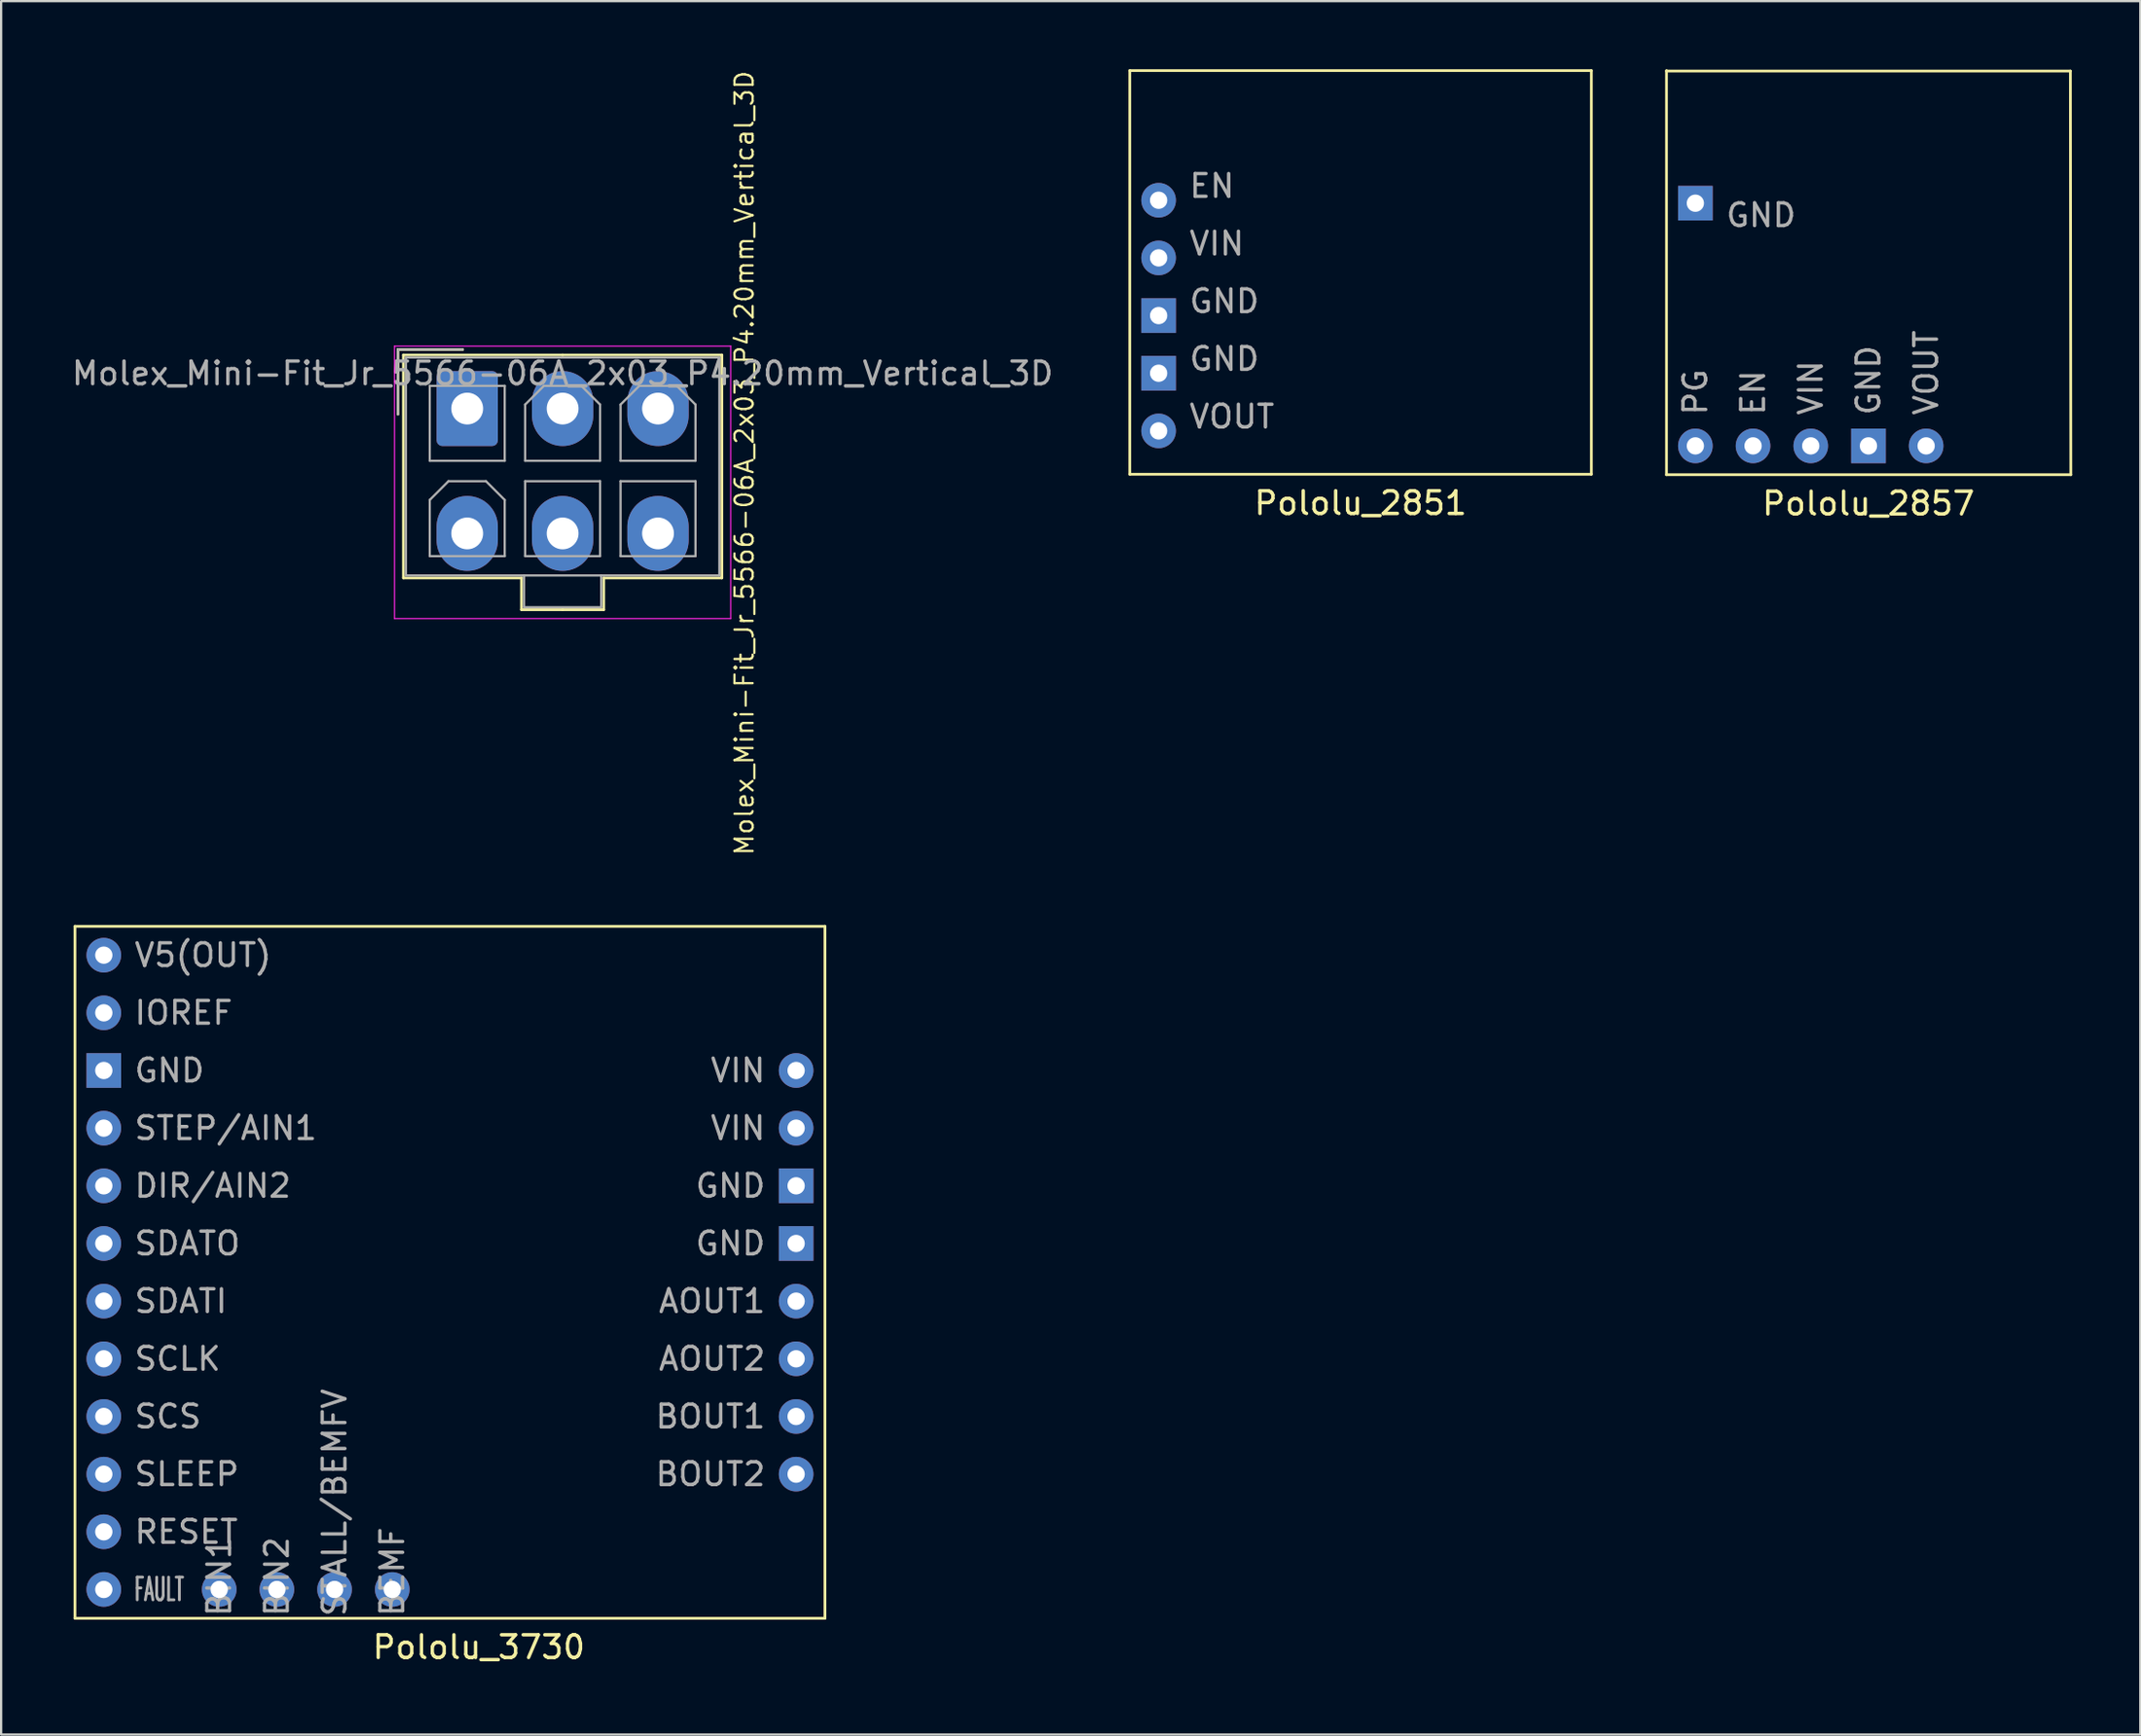
<source format=kicad_pcb>
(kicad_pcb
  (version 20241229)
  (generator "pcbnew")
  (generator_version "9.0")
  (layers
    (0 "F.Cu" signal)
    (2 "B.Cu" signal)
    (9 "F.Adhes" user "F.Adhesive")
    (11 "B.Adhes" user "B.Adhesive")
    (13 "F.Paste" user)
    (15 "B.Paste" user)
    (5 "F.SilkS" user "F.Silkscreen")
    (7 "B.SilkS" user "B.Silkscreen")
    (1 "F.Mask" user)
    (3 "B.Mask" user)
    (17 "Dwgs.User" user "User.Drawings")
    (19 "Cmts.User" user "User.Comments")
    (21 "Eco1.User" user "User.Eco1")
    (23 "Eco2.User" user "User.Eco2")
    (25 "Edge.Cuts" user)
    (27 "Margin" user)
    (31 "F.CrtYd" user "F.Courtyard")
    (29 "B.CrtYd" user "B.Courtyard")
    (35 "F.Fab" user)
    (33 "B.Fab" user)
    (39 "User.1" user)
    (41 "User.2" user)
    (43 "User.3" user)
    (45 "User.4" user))
  (footprint "Pololu_2851"
    (layer "F.Cu")
    (at 46.69 17.84)
    (property "Reference" "Pololu_2851" (at 10.16 1.27 0) (layer "F.SilkS") (effects (font (size 1 1) (thickness 0.15))))
    (attr through_hole)
    (fp_line (start 0 -17.78) (end 0 0) (stroke (width 0.12) (type solid)) (layer "F.SilkS"))
    (fp_line (start 0 0) (end 20.32 0) (stroke (width 0.12) (type solid)) (layer "F.SilkS"))
    (fp_line (start 20.32 -17.78) (end 0 -17.78) (stroke (width 0.12) (type solid)) (layer "F.SilkS"))
    (fp_line (start 20.32 0) (end 20.32 -17.78) (stroke (width 0.12) (type solid)) (layer "F.SilkS"))
    (fp_text user "VIN" (at 2.54 -10.16 0) (layer "F.Fab") (effects (font (size 1 1) (thickness 0.15)) (justify left)))
    (fp_text user "GND" (at 2.54 -5.08 0) (layer "F.Fab") (effects (font (size 1 1) (thickness 0.15)) (justify left)))
    (fp_text user "GND" (at 2.54 -7.62 0) (layer "F.Fab") (effects (font (size 1 1) (thickness 0.15)) (justify left)))
    (fp_text user "EN" (at 2.54 -12.7 0) (layer "F.Fab") (effects (font (size 1 1) (thickness 0.15)) (justify left)))
    (fp_text user "VOUT" (at 2.54 -2.54 0) (layer "F.Fab") (effects (font (size 1 1) (thickness 0.15)) (justify left)))
    (pad "1" thru_hole circle (at 1.27 -12.07) (size 1.524 1.524) (drill 0.762) (layers "*.Cu" "*.Mask"))
    (pad "2" thru_hole circle (at 1.27 -9.53) (size 1.524 1.524) (drill 0.762) (layers "*.Cu" "*.Mask"))
    (pad "3" thru_hole rect (at 1.27 -6.99) (size 1.524 1.524) (drill 0.762) (layers "*.Cu" "*.Mask"))
    (pad "4" thru_hole rect (at 1.27 -4.45) (size 1.524 1.524) (drill 0.762) (layers "*.Cu" "*.Mask"))
    (pad "5" thru_hole circle (at 1.27 -1.91) (size 1.524 1.524) (drill 0.762) (layers "*.Cu" "*.Mask")))
  (footprint "Molex_Mini-Fit_Jr_5566-06A_2x03_P4.20mm_Vertical_3D"
    (layer "F.Cu")
    (at 17.52 14.946)
    (property "Reference" "Molex_Mini-Fit_Jr_5566-06A_2x03_P4.20mm_Vertical_3D" (at 12.2 2.4 270) (layer "F.SilkS") (effects (font (size 0.8 0.8) (thickness 0.1))))
    (attr through_hole)
    (fp_line (start -3.05 -2.6) (end -3.05 0.25) (stroke (width 0.12) (type solid)) (layer "F.SilkS"))
    (fp_line (start -2.81 -2.36) (end -2.81 7.46) (stroke (width 0.12) (type solid)) (layer "F.SilkS"))
    (fp_line (start -2.81 7.46) (end 2.39 7.46) (stroke (width 0.12) (type solid)) (layer "F.SilkS"))
    (fp_line (start -0.2 -2.6) (end -3.05 -2.6) (stroke (width 0.12) (type solid)) (layer "F.SilkS"))
    (fp_line (start 2.39 7.46) (end 2.39 8.86) (stroke (width 0.12) (type solid)) (layer "F.SilkS"))
    (fp_line (start 2.39 8.86) (end 4.2 8.86) (stroke (width 0.12) (type solid)) (layer "F.SilkS"))
    (fp_line (start 4.2 -2.36) (end -2.81 -2.36) (stroke (width 0.12) (type solid)) (layer "F.SilkS"))
    (fp_line (start 4.2 -2.36) (end 11.21 -2.36) (stroke (width 0.12) (type solid)) (layer "F.SilkS"))
    (fp_line (start 6.01 7.46) (end 6.01 8.86) (stroke (width 0.12) (type solid)) (layer "F.SilkS"))
    (fp_line (start 6.01 8.86) (end 4.2 8.86) (stroke (width 0.12) (type solid)) (layer "F.SilkS"))
    (fp_line (start 11.21 -2.36) (end 11.21 7.46) (stroke (width 0.12) (type solid)) (layer "F.SilkS"))
    (fp_line (start 11.21 7.46) (end 6.01 7.46) (stroke (width 0.12) (type solid)) (layer "F.SilkS"))
    (fp_line (start -3.2 -2.75) (end -3.2 9.25) (stroke (width 0.05) (type solid)) (layer "F.CrtYd"))
    (fp_line (start -3.2 9.25) (end 11.6 9.25) (stroke (width 0.05) (type solid)) (layer "F.CrtYd"))
    (fp_line (start 11.6 -2.75) (end -3.2 -2.75) (stroke (width 0.05) (type solid)) (layer "F.CrtYd"))
    (fp_line (start 11.6 9.25) (end 11.6 -2.75) (stroke (width 0.05) (type solid)) (layer "F.CrtYd"))
    (fp_line (start -3.05 -2.6) (end -3.05 0.25) (stroke (width 0.1) (type solid)) (layer "F.Fab"))
    (fp_line (start -2.7 -2.25) (end -2.7 7.35) (stroke (width 0.1) (type solid)) (layer "F.Fab"))
    (fp_line (start -2.7 7.35) (end 11.1 7.35) (stroke (width 0.1) (type solid)) (layer "F.Fab"))
    (fp_line (start -1.65 -1) (end -1.65 2.3) (stroke (width 0.1) (type solid)) (layer "F.Fab"))
    (fp_line (start -1.65 2.3) (end 1.65 2.3) (stroke (width 0.1) (type solid)) (layer "F.Fab"))
    (fp_line (start -1.65 4.025) (end -0.825 3.2) (stroke (width 0.1) (type solid)) (layer "F.Fab"))
    (fp_line (start -1.65 6.5) (end -1.65 4.025) (stroke (width 0.1) (type solid)) (layer "F.Fab"))
    (fp_line (start -0.825 3.2) (end 0.825 3.2) (stroke (width 0.1) (type solid)) (layer "F.Fab"))
    (fp_line (start -0.2 -2.6) (end -3.05 -2.6) (stroke (width 0.1) (type solid)) (layer "F.Fab"))
    (fp_line (start 0.825 3.2) (end 1.65 4.025) (stroke (width 0.1) (type solid)) (layer "F.Fab"))
    (fp_line (start 1.65 -1) (end -1.65 -1) (stroke (width 0.1) (type solid)) (layer "F.Fab"))
    (fp_line (start 1.65 2.3) (end 1.65 -1) (stroke (width 0.1) (type solid)) (layer "F.Fab"))
    (fp_line (start 1.65 4.025) (end 1.65 6.5) (stroke (width 0.1) (type solid)) (layer "F.Fab"))
    (fp_line (start 1.65 6.5) (end -1.65 6.5) (stroke (width 0.1) (type solid)) (layer "F.Fab"))
    (fp_line (start 2.5 7.35) (end 2.5 8.75) (stroke (width 0.1) (type solid)) (layer "F.Fab"))
    (fp_line (start 2.5 8.75) (end 5.9 8.75) (stroke (width 0.1) (type solid)) (layer "F.Fab"))
    (fp_line (start 2.55 -0.175) (end 3.375 -1) (stroke (width 0.1) (type solid)) (layer "F.Fab"))
    (fp_line (start 2.55 2.3) (end 2.55 -0.175) (stroke (width 0.1) (type solid)) (layer "F.Fab"))
    (fp_line (start 2.55 3.2) (end 2.55 6.5) (stroke (width 0.1) (type solid)) (layer "F.Fab"))
    (fp_line (start 2.55 6.5) (end 5.85 6.5) (stroke (width 0.1) (type solid)) (layer "F.Fab"))
    (fp_line (start 3.375 -1) (end 5.025 -1) (stroke (width 0.1) (type solid)) (layer "F.Fab"))
    (fp_line (start 5.025 -1) (end 5.85 -0.175) (stroke (width 0.1) (type solid)) (layer "F.Fab"))
    (fp_line (start 5.85 -0.175) (end 5.85 2.3) (stroke (width 0.1) (type solid)) (layer "F.Fab"))
    (fp_line (start 5.85 2.3) (end 2.55 2.3) (stroke (width 0.1) (type solid)) (layer "F.Fab"))
    (fp_line (start 5.85 3.2) (end 2.55 3.2) (stroke (width 0.1) (type solid)) (layer "F.Fab"))
    (fp_line (start 5.85 6.5) (end 5.85 3.2) (stroke (width 0.1) (type solid)) (layer "F.Fab"))
    (fp_line (start 5.9 8.75) (end 5.9 7.35) (stroke (width 0.1) (type solid)) (layer "F.Fab"))
    (fp_line (start 6.75 -0.175) (end 7.575 -1) (stroke (width 0.1) (type solid)) (layer "F.Fab"))
    (fp_line (start 6.75 2.3) (end 6.75 -0.175) (stroke (width 0.1) (type solid)) (layer "F.Fab"))
    (fp_line (start 6.75 3.2) (end 6.75 6.5) (stroke (width 0.1) (type solid)) (layer "F.Fab"))
    (fp_line (start 6.75 6.5) (end 10.05 6.5) (stroke (width 0.1) (type solid)) (layer "F.Fab"))
    (fp_line (start 7.575 -1) (end 9.225 -1) (stroke (width 0.1) (type solid)) (layer "F.Fab"))
    (fp_line (start 9.225 -1) (end 10.05 -0.175) (stroke (width 0.1) (type solid)) (layer "F.Fab"))
    (fp_line (start 10.05 -0.175) (end 10.05 2.3) (stroke (width 0.1) (type solid)) (layer "F.Fab"))
    (fp_line (start 10.05 2.3) (end 6.75 2.3) (stroke (width 0.1) (type solid)) (layer "F.Fab"))
    (fp_line (start 10.05 3.2) (end 6.75 3.2) (stroke (width 0.1) (type solid)) (layer "F.Fab"))
    (fp_line (start 10.05 6.5) (end 10.05 3.2) (stroke (width 0.1) (type solid)) (layer "F.Fab"))
    (fp_line (start 11.1 -2.25) (end -2.7 -2.25) (stroke (width 0.1) (type solid)) (layer "F.Fab"))
    (fp_line (start 11.1 7.35) (end 11.1 -2.25) (stroke (width 0.1) (type solid)) (layer "F.Fab"))
    (fp_text user "${REFERENCE}" (at 4.2 -1.55 180) (layer "F.Fab") (effects (font (size 1 1) (thickness 0.15))))
    (pad "1" thru_hole roundrect (at 0 0) (size 2.7 3.3) (drill 1.4) (layers "*.Cu" "*.Mask") (roundrect_rratio 0.093))
    (pad "2" thru_hole oval (at 4.2 0) (size 2.7 3.3) (drill 1.4) (layers "*.Cu" "*.Mask"))
    (pad "3" thru_hole oval (at 8.4 0) (size 2.7 3.3) (drill 1.4) (layers "*.Cu" "*.Mask"))
    (pad "4" thru_hole oval (at 0 5.5) (size 2.7 3.3) (drill 1.4) (layers "*.Cu" "*.Mask"))
    (pad "5" thru_hole oval (at 4.2 5.5) (size 2.7 3.3) (drill 1.4) (layers "*.Cu" "*.Mask"))
    (pad "6" thru_hole oval (at 8.4 5.5) (size 2.7 3.3) (drill 1.4) (layers "*.Cu" "*.Mask")))
  (footprint "Pololu_2857"
    (layer "F.Cu")
    (at 70.32 17.86)
    (property "Reference" "Pololu_2857" (at 8.89 1.27 0) (layer "F.SilkS") (effects (font (size 1 1) (thickness 0.15))))
    (attr through_hole)
    (fp_line (start 0 -17.78) (end 17.78 -17.78) (stroke (width 0.12) (type solid)) (layer "F.SilkS"))
    (fp_line (start 0 0) (end 0 -17.8) (stroke (width 0.12) (type solid)) (layer "F.SilkS"))
    (fp_line (start 0 0) (end 17.8 0) (stroke (width 0.12) (type solid)) (layer "F.SilkS"))
    (fp_line (start 17.78 -17.78) (end 17.8 0) (stroke (width 0.12) (type solid)) (layer "F.SilkS"))
    (fp_text user "GND" (at 8.89 -2.54 90) (layer "F.Fab") (effects (font (size 1 1) (thickness 0.15)) (justify left)))
    (fp_text user "EN" (at 3.81 -2.54 90) (layer "F.Fab") (effects (font (size 1 1) (thickness 0.15)) (justify left)))
    (fp_text user "VIN" (at 6.35 -2.54 90) (layer "F.Fab") (effects (font (size 1 1) (thickness 0.15)) (justify left)))
    (fp_text user "GND" (at 2.54 -11.43 0) (layer "F.Fab") (effects (font (size 1 1) (thickness 0.15)) (justify left)))
    (fp_text user "PG" (at 1.27 -2.54 90) (layer "F.Fab") (effects (font (size 1 1) (thickness 0.15)) (justify left)))
    (fp_text user "VOUT" (at 11.43 -2.54 90) (layer "F.Fab") (effects (font (size 1 1) (thickness 0.15)) (justify left)))
    (pad "1" thru_hole circle (at 1.27 -1.27) (size 1.524 1.524) (drill 0.762) (layers "*.Cu" "*.Mask"))
    (pad "2" thru_hole circle (at 3.81 -1.27) (size 1.524 1.524) (drill 0.762) (layers "*.Cu" "*.Mask"))
    (pad "3" thru_hole circle (at 6.35 -1.27) (size 1.524 1.524) (drill 0.762) (layers "*.Cu" "*.Mask"))
    (pad "4" thru_hole rect (at 8.89 -1.27) (size 1.524 1.524) (drill 0.762) (layers "*.Cu" "*.Mask"))
    (pad "5" thru_hole circle (at 11.43 -1.27) (size 1.524 1.524) (drill 0.762) (layers "*.Cu" "*.Mask"))
    (pad "6" thru_hole rect (at 1.27 -11.96) (size 1.524 1.524) (drill 0.762) (layers "*.Cu" "*.Mask")))
  (footprint "Pololu_3730"
    (layer "F.Cu")
    (at 0.25 68.232)
    (property "Reference" "Pololu_3730" (at 17.78 1.27 0) (layer "F.SilkS") (effects (font (size 1 1) (thickness 0.15))))
    (attr through_hole)
    (fp_line (start 0 -30.48) (end 33.02 -30.48) (stroke (width 0.12) (type solid)) (layer "F.SilkS"))
    (fp_line (start 0 0) (end 0 -30.48) (stroke (width 0.12) (type solid)) (layer "F.SilkS"))
    (fp_line (start 33.02 -30.48) (end 33.02 0) (stroke (width 0.12) (type solid)) (layer "F.SilkS"))
    (fp_line (start 33.02 0) (end 0 0) (stroke (width 0.12) (type solid)) (layer "F.SilkS"))
    (fp_text user "BIN2" (at 8.89 0 270) (layer "F.Fab") (effects (font (size 1 1) (thickness 0.15)) (justify left)))
    (fp_text user "BOUT2" (at 30.48 -6.35 0) (layer "F.Fab") (effects (font (size 1 1) (thickness 0.15)) (justify right)))
    (fp_text user "GND" (at 30.48 -19.05 0) (layer "F.Fab") (effects (font (size 1 1) (thickness 0.15)) (justify right)))
    (fp_text user "AOUT2" (at 30.48 -11.43 0) (layer "F.Fab") (effects (font (size 1 1) (thickness 0.15)) (justify right)))
    (fp_text user "SDATI" (at 2.54 -13.97 0) (layer "F.Fab") (effects (font (size 1 1) (thickness 0.15)) (justify left)))
    (fp_text user "SLEEP" (at 2.54 -6.35 0) (layer "F.Fab") (effects (font (size 1 1) (thickness 0.15)) (justify left)))
    (fp_text user "RESET" (at 2.54 -3.81 0) (layer "F.Fab") (effects (font (size 1 1) (thickness 0.15)) (justify left)))
    (fp_text user "VIN" (at 30.48 -24.13 0) (layer "F.Fab") (effects (font (size 1 1) (thickness 0.15)) (justify right)))
    (fp_text user "SCLK" (at 2.54 -11.43 0) (layer "F.Fab") (effects (font (size 1 1) (thickness 0.15)) (justify left)))
    (fp_text user "BIN1" (at 6.35 0 270) (layer "F.Fab") (effects (font (size 1 1) (thickness 0.15)) (justify left)))
    (fp_text user "VIN" (at 30.48 -21.59 0) (layer "F.Fab") (effects (font (size 1 1) (thickness 0.15)) (justify right)))
    (fp_text user "STALL/BEMFV" (at 11.43 0 270) (layer "F.Fab") (effects (font (size 1 1) (thickness 0.15)) (justify left)))
    (fp_text user "DIR/AIN2" (at 2.54 -19.05 0) (layer "F.Fab") (effects (font (size 1 1) (thickness 0.15)) (justify left)))
    (fp_text user "SDATO" (at 2.54 -16.51 0) (layer "F.Fab") (effects (font (size 1 1) (thickness 0.15)) (justify left)))
    (fp_text user "GND" (at 2.54 -24.13 0) (layer "F.Fab") (effects (font (size 1 1) (thickness 0.15)) (justify left)))
    (fp_text user "BOUT1" (at 30.48 -8.89 0) (layer "F.Fab") (effects (font (size 1 1) (thickness 0.15)) (justify right)))
    (fp_text user "BEMF" (at 13.97 0 270) (layer "F.Fab") (effects (font (size 1 1) (thickness 0.15)) (justify left)))
    (fp_text user "FAULT" (at 2.54 -1.27 0) (layer "F.Fab") (effects (font (size 1 0.5) (thickness 0.125)) (justify left)))
    (fp_text user "IOREF" (at 2.54 -26.67 0) (layer "F.Fab") (effects (font (size 1 1) (thickness 0.15)) (justify left)))
    (fp_text user "GND" (at 30.48 -16.51 0) (layer "F.Fab") (effects (font (size 1 1) (thickness 0.15)) (justify right)))
    (fp_text user "SCS" (at 2.54 -8.89 0) (layer "F.Fab") (effects (font (size 1 1) (thickness 0.15)) (justify left)))
    (fp_text user "AOUT1" (at 30.48 -13.97 0) (layer "F.Fab") (effects (font (size 1 1) (thickness 0.15)) (justify right)))
    (fp_text user "V5(OUT)" (at 2.54 -29.21 0) (layer "F.Fab") (effects (font (size 1 1) (thickness 0.15)) (justify left)))
    (fp_text user "STEP/AIN1" (at 2.54 -21.59 0) (layer "F.Fab") (effects (font (size 1 1) (thickness 0.15)) (justify left)))
    (pad "1" thru_hole circle (at 1.27 -29.21) (size 1.524 1.524) (drill 0.762) (layers "*.Cu" "*.Mask"))
    (pad "2" thru_hole circle (at 1.27 -26.67) (size 1.524 1.524) (drill 0.762) (layers "*.Cu" "*.Mask"))
    (pad "3" thru_hole rect (at 1.27 -24.13) (size 1.524 1.524) (drill 0.762) (layers "*.Cu" "*.Mask"))
    (pad "4" thru_hole circle (at 1.27 -21.59) (size 1.524 1.524) (drill 0.762) (layers "*.Cu" "*.Mask"))
    (pad "5" thru_hole circle (at 1.27 -19.05) (size 1.524 1.524) (drill 0.762) (layers "*.Cu" "*.Mask"))
    (pad "6" thru_hole circle (at 1.27 -16.51) (size 1.524 1.524) (drill 0.762) (layers "*.Cu" "*.Mask"))
    (pad "7" thru_hole circle (at 1.27 -13.97) (size 1.524 1.524) (drill 0.762) (layers "*.Cu" "*.Mask"))
    (pad "8" thru_hole circle (at 1.27 -11.43) (size 1.524 1.524) (drill 0.762) (layers "*.Cu" "*.Mask"))
    (pad "9" thru_hole circle (at 1.27 -8.89) (size 1.524 1.524) (drill 0.762) (layers "*.Cu" "*.Mask"))
    (pad "10" thru_hole circle (at 1.27 -6.35) (size 1.524 1.524) (drill 0.762) (layers "*.Cu" "*.Mask"))
    (pad "11" thru_hole circle (at 1.27 -3.81) (size 1.524 1.524) (drill 0.762) (layers "*.Cu" "*.Mask"))
    (pad "12" thru_hole circle (at 1.27 -1.27) (size 1.524 1.524) (drill 0.762) (layers "*.Cu" "*.Mask"))
    (pad "13" thru_hole circle (at 6.35 -1.27) (size 1.524 1.524) (drill 0.762) (layers "*.Cu" "*.Mask"))
    (pad "14" thru_hole circle (at 8.89 -1.27) (size 1.524 1.524) (drill 0.762) (layers "*.Cu" "*.Mask"))
    (pad "15" thru_hole circle (at 11.43 -1.27) (size 1.524 1.524) (drill 0.762) (layers "*.Cu" "*.Mask"))
    (pad "16" thru_hole circle (at 13.97 -1.27) (size 1.524 1.524) (drill 0.762) (layers "*.Cu" "*.Mask"))
    (pad "17" thru_hole circle (at 31.75 -6.35) (size 1.524 1.524) (drill 0.762) (layers "*.Cu" "*.Mask"))
    (pad "18" thru_hole circle (at 31.75 -8.89) (size 1.524 1.524) (drill 0.762) (layers "*.Cu" "*.Mask"))
    (pad "19" thru_hole circle (at 31.75 -11.43) (size 1.524 1.524) (drill 0.762) (layers "*.Cu" "*.Mask"))
    (pad "20" thru_hole circle (at 31.75 -13.97) (size 1.524 1.524) (drill 0.762) (layers "*.Cu" "*.Mask"))
    (pad "21" thru_hole rect (at 31.75 -16.51) (size 1.524 1.524) (drill 0.762) (layers "*.Cu" "*.Mask"))
    (pad "22" thru_hole rect (at 31.75 -19.05) (size 1.524 1.524) (drill 0.762) (layers "*.Cu" "*.Mask"))
    (pad "23" thru_hole circle (at 31.75 -21.59) (size 1.524 1.524) (drill 0.762) (layers "*.Cu" "*.Mask"))
    (pad "24" thru_hole circle (at 31.75 -24.13) (size 1.524 1.524) (drill 0.762) (layers "*.Cu" "*.Mask")))
  (gr_rect
    (start -3 -3)
    (end 91.18 73.351)
    (stroke (width 0.1) (type default))
    (fill no)
    (layer "Edge.Cuts")))
</source>
